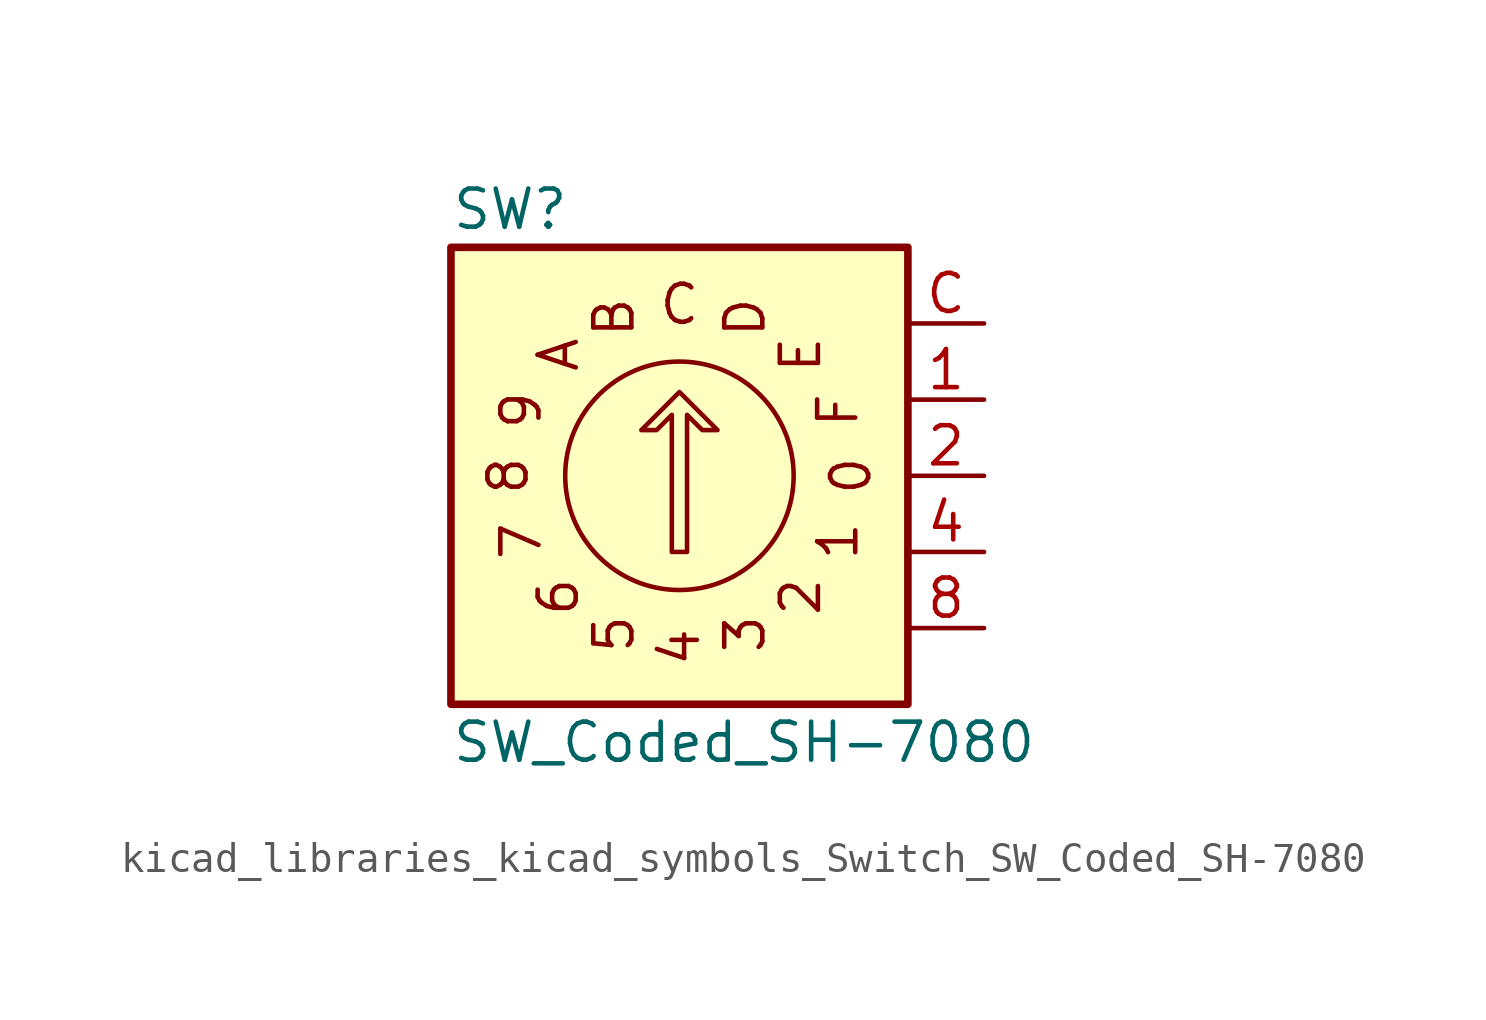
<source format=kicad_sym>
(kicad_symbol_lib
  (version 20220914)
  (generator kicad_symbol_editor)
  (symbol "kicad_libraries_kicad_symbols_Switch_SW_Coded_SH-7080"
    (pin_names hide)
    (property "Reference" "SW"
      (at -7.62 8.89 0)
      (effects (font (size 1.27 1.27)) (justify left)))
    (property "Value" "SW_Coded_SH-7080"
      (at -7.62 -8.89 0)
      (effects (font (size 1.27 1.27)) (justify left)))
    (symbol "kicad_libraries_kicad_symbols_Switch_SW_Coded_SH-7080_0_0"
      (text "0" (at 5.715 0 2700) (effects (font (size 1.27 1.27))))
      (text "1" (at 5.283 -2.184 2475) (effects (font (size 1.27 1.27))))
      (text "2" (at 4.039 -4.039 2250) (effects (font (size 1.27 1.27))))
      (text "3" (at 2.184 -5.283 2025) (effects (font (size 1.27 1.27))))
      (text "4" (at 0 -5.715 1800) (effects (font (size 1.27 1.27))))
      (text "5" (at -2.184 -5.283 1575) (effects (font (size 1.27 1.27))))
      (text "6" (at -4.039 -4.039 1350) (effects (font (size 1.27 1.27))))
      (text "7" (at -5.283 -2.184 1125) (effects (font (size 1.27 1.27))))
      (text "8" (at -5.715 0 900) (effects (font (size 1.27 1.27))))
      (text "9" (at -5.283 2.184 675) (effects (font (size 1.27 1.27))))
      (text "A" (at -4.039 4.039 450) (effects (font (size 1.27 1.27))))
      (text "B" (at -2.184 5.283 225) (effects (font (size 1.27 1.27))))
      (text "C" (at 0 5.715 0) (effects (font (size 1.27 1.27))))
      (text "D" (at 2.184 5.283 3375) (effects (font (size 1.27 1.27))))
      (text "E" (at 4.039 4.039 3150) (effects (font (size 1.27 1.27))))
      (text "F" (at 5.283 2.184 2925) (effects (font (size 1.27 1.27)))))
    (symbol "kicad_libraries_kicad_symbols_Switch_SW_Coded_SH-7080_0_1"
      (polyline (pts (xy -0.254 -2.54) (xy -0.254 2.032) (xy -0.762 1.524) (xy -1.27 1.524) (xy 0 2.794) (xy 1.27 1.524) (xy 0.762 1.524) (xy 0.254 2.032) (xy 0.254 -2.54) (xy -0.254 -2.54) (xy -0.254 -2.54)) (stroke (width 0) (type default)) (fill (type none)))
      (circle (center 0 0) (radius 3.81) (stroke (width 0) (type default)) (fill (type none)))
      (rectangle (start 7.62 7.62) (end -7.62 -7.62) (stroke (width 0.254) (type default)) (fill (type background))))
    (symbol "kicad_libraries_kicad_symbols_Switch_SW_Coded_SH-7080_1_1"
      (pin passive line (at 10.16 2.54 180) (length 2.54) (name "1" (effects (font (size 1.27 1.27)))) (number "1" (effects (font (size 1.27 1.27)))))
      (pin passive line (at 10.16 0 180) (length 2.54) (name "2" (effects (font (size 1.27 1.27)))) (number "2" (effects (font (size 1.27 1.27)))))
      (pin passive line (at 10.16 -2.54 180) (length 2.54) (name "4" (effects (font (size 1.27 1.27)))) (number "4" (effects (font (size 1.27 1.27)))))
      (pin passive line (at 10.16 -5.08 180) (length 2.54) (name "8" (effects (font (size 1.27 1.27)))) (number "8" (effects (font (size 1.27 1.27)))))
      (pin passive line (at 10.16 5.08 180) (length 2.54) (name "C" (effects (font (size 1.27 1.27)))) (number "C" (effects (font (size 1.27 1.27))))))))
</source>
